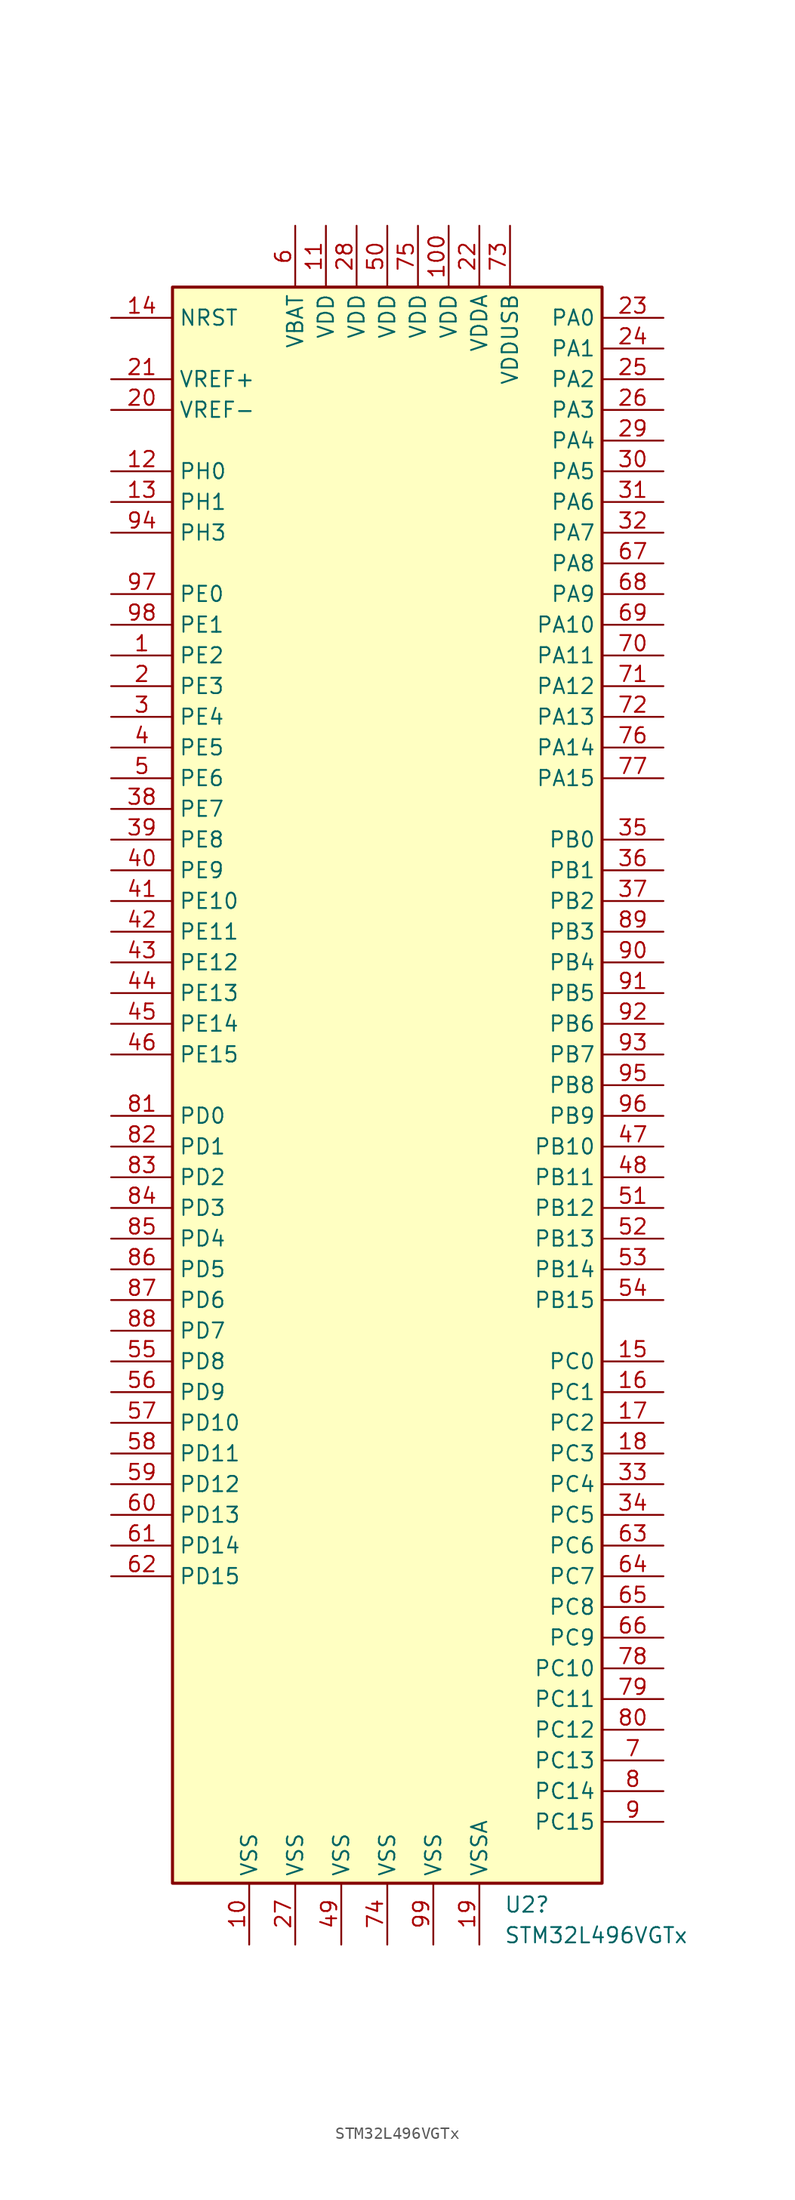
<source format=kicad_sym>
(kicad_symbol_lib
  (version 20241209)
  (generator "kicad_symbol_editor")
  (generator_version "9.0")
  (symbol "STM32L496VGTx"
    (property "Reference" "U2"
      (at 9.652 -67.818 0)
      (effects (font (size 1.27 1.27)) (justify left)))
    (property "Value" "STM32L496VGTx"
      (at 9.652 -70.358 0)
      (effects (font (size 1.27 1.27)) (justify left)))
    (property "ki_locked" ""
      (at 0 0 0)
      (effects (font (size 1.27 1.27))))
    (symbol "STM32L496VGTx_0_1"
      (rectangle (start -17.78 66.04) (end 17.78 -66.04) (stroke (width 0.254) (type default)) (fill (type background))))
    (symbol "STM32L496VGTx_1_1"
      (pin input line (at -22.86 63.5 0) (length 5.08) (name "NRST" (effects (font (size 1.27 1.27)))) (number "14" (effects (font (size 1.27 1.27)))))
      (pin input line (at -22.86 58.42 0) (length 5.08) (name "VREF+" (effects (font (size 1.27 1.27)))) (number "21" (effects (font (size 1.27 1.27)))) (alternate "VREFBUF_OUT" bidirectional line))
      (pin input line (at -22.86 55.88 0) (length 5.08) (name "VREF-" (effects (font (size 1.27 1.27)))) (number "20" (effects (font (size 1.27 1.27)))))
      (pin bidirectional line (at -22.86 50.8 0) (length 5.08) (name "PH0" (effects (font (size 1.27 1.27)))) (number "12" (effects (font (size 1.27 1.27)))) (alternate "RCC_OSC_IN" bidirectional line))
      (pin bidirectional line (at -22.86 48.26 0) (length 5.08) (name "PH1" (effects (font (size 1.27 1.27)))) (number "13" (effects (font (size 1.27 1.27)))) (alternate "RCC_OSC_OUT" bidirectional line))
      (pin bidirectional line (at -22.86 45.72 0) (length 5.08) (name "PH3" (effects (font (size 1.27 1.27)))) (number "94" (effects (font (size 1.27 1.27)))))
      (pin bidirectional line (at -22.86 40.64 0) (length 5.08) (name "PE0" (effects (font (size 1.27 1.27)))) (number "97" (effects (font (size 1.27 1.27)))) (alternate "DCMI_D2" bidirectional line) (alternate "FMC_NBL0" bidirectional line) (alternate "LCD_SEG36" bidirectional line) (alternate "TIM16_CH1" bidirectional line) (alternate "TIM4_ETR" bidirectional line))
      (pin bidirectional line (at -22.86 38.1 0) (length 5.08) (name "PE1" (effects (font (size 1.27 1.27)))) (number "98" (effects (font (size 1.27 1.27)))) (alternate "DCMI_D3" bidirectional line) (alternate "FMC_NBL1" bidirectional line) (alternate "LCD_SEG37" bidirectional line) (alternate "TIM17_CH1" bidirectional line))
      (pin bidirectional line (at -22.86 35.56 0) (length 5.08) (name "PE2" (effects (font (size 1.27 1.27)))) (number "1" (effects (font (size 1.27 1.27)))) (alternate "FMC_A23" bidirectional line) (alternate "LCD_SEG38" bidirectional line) (alternate "SAI1_MCLK_A" bidirectional line) (alternate "SYS_TRACECLK" bidirectional line) (alternate "TIM3_ETR" bidirectional line) (alternate "TSC_G7_IO1" bidirectional line))
      (pin bidirectional line (at -22.86 33.02 0) (length 5.08) (name "PE3" (effects (font (size 1.27 1.27)))) (number "2" (effects (font (size 1.27 1.27)))) (alternate "FMC_A19" bidirectional line) (alternate "LCD_SEG39" bidirectional line) (alternate "SAI1_SD_B" bidirectional line) (alternate "SYS_TRACED0" bidirectional line) (alternate "TIM3_CH1" bidirectional line) (alternate "TSC_G7_IO2" bidirectional line))
      (pin bidirectional line (at -22.86 30.48 0) (length 5.08) (name "PE4" (effects (font (size 1.27 1.27)))) (number "3" (effects (font (size 1.27 1.27)))) (alternate "DCMI_D4" bidirectional line) (alternate "DFSDM1_DATIN3" bidirectional line) (alternate "FMC_A20" bidirectional line) (alternate "SAI1_FS_A" bidirectional line) (alternate "SYS_TRACED1" bidirectional line) (alternate "TIM3_CH2" bidirectional line) (alternate "TSC_G7_IO3" bidirectional line))
      (pin bidirectional line (at -22.86 27.94 0) (length 5.08) (name "PE5" (effects (font (size 1.27 1.27)))) (number "4" (effects (font (size 1.27 1.27)))) (alternate "DCMI_D6" bidirectional line) (alternate "DFSDM1_CKIN3" bidirectional line) (alternate "FMC_A21" bidirectional line) (alternate "SAI1_SCK_A" bidirectional line) (alternate "SYS_TRACED2" bidirectional line) (alternate "TIM3_CH3" bidirectional line) (alternate "TSC_G7_IO4" bidirectional line))
      (pin bidirectional line (at -22.86 25.4 0) (length 5.08) (name "PE6" (effects (font (size 1.27 1.27)))) (number "5" (effects (font (size 1.27 1.27)))) (alternate "DCMI_D7" bidirectional line) (alternate "FMC_A22" bidirectional line) (alternate "RTC_TAMP3" bidirectional line) (alternate "SAI1_SD_A" bidirectional line) (alternate "SYS_TRACED3" bidirectional line) (alternate "SYS_WKUP3" bidirectional line) (alternate "TIM3_CH4" bidirectional line))
      (pin bidirectional line (at -22.86 22.86 0) (length 5.08) (name "PE7" (effects (font (size 1.27 1.27)))) (number "38" (effects (font (size 1.27 1.27)))) (alternate "DFSDM1_DATIN2" bidirectional line) (alternate "FMC_D4" bidirectional line) (alternate "FMC_DA4" bidirectional line) (alternate "SAI1_SD_B" bidirectional line) (alternate "TIM1_ETR" bidirectional line))
      (pin bidirectional line (at -22.86 20.32 0) (length 5.08) (name "PE8" (effects (font (size 1.27 1.27)))) (number "39" (effects (font (size 1.27 1.27)))) (alternate "DFSDM1_CKIN2" bidirectional line) (alternate "FMC_D5" bidirectional line) (alternate "FMC_DA5" bidirectional line) (alternate "SAI1_SCK_B" bidirectional line) (alternate "TIM1_CH1N" bidirectional line))
      (pin bidirectional line (at -22.86 17.78 0) (length 5.08) (name "PE9" (effects (font (size 1.27 1.27)))) (number "40" (effects (font (size 1.27 1.27)))) (alternate "DAC1_EXTI9" bidirectional line) (alternate "DFSDM1_CKOUT" bidirectional line) (alternate "FMC_D6" bidirectional line) (alternate "FMC_DA6" bidirectional line) (alternate "SAI1_FS_B" bidirectional line) (alternate "TIM1_CH1" bidirectional line))
      (pin bidirectional line (at -22.86 15.24 0) (length 5.08) (name "PE10" (effects (font (size 1.27 1.27)))) (number "41" (effects (font (size 1.27 1.27)))) (alternate "DFSDM1_DATIN4" bidirectional line) (alternate "FMC_D7" bidirectional line) (alternate "FMC_DA7" bidirectional line) (alternate "QUADSPI_CLK" bidirectional line) (alternate "SAI1_MCLK_B" bidirectional line) (alternate "TIM1_CH2N" bidirectional line) (alternate "TSC_G5_IO1" bidirectional line))
      (pin bidirectional line (at -22.86 12.7 0) (length 5.08) (name "PE11" (effects (font (size 1.27 1.27)))) (number "42" (effects (font (size 1.27 1.27)))) (alternate "ADC1_EXTI11" bidirectional line) (alternate "ADC2_EXTI11" bidirectional line) (alternate "ADC3_EXTI11" bidirectional line) (alternate "DFSDM1_CKIN4" bidirectional line) (alternate "FMC_D8" bidirectional line) (alternate "FMC_DA8" bidirectional line) (alternate "QUADSPI_BK1_NCS" bidirectional line) (alternate "TIM1_CH2" bidirectional line) (alternate "TSC_G5_IO2" bidirectional line))
      (pin bidirectional line (at -22.86 10.16 0) (length 5.08) (name "PE12" (effects (font (size 1.27 1.27)))) (number "43" (effects (font (size 1.27 1.27)))) (alternate "DFSDM1_DATIN5" bidirectional line) (alternate "FMC_D9" bidirectional line) (alternate "FMC_DA9" bidirectional line) (alternate "QUADSPI_BK1_IO0" bidirectional line) (alternate "SPI1_NSS" bidirectional line) (alternate "TIM1_CH3N" bidirectional line) (alternate "TSC_G5_IO3" bidirectional line))
      (pin bidirectional line (at -22.86 7.62 0) (length 5.08) (name "PE13" (effects (font (size 1.27 1.27)))) (number "44" (effects (font (size 1.27 1.27)))) (alternate "DFSDM1_CKIN5" bidirectional line) (alternate "FMC_D10" bidirectional line) (alternate "FMC_DA10" bidirectional line) (alternate "QUADSPI_BK1_IO1" bidirectional line) (alternate "SPI1_SCK" bidirectional line) (alternate "TIM1_CH3" bidirectional line) (alternate "TSC_G5_IO4" bidirectional line))
      (pin bidirectional line (at -22.86 5.08 0) (length 5.08) (name "PE14" (effects (font (size 1.27 1.27)))) (number "45" (effects (font (size 1.27 1.27)))) (alternate "FMC_D11" bidirectional line) (alternate "FMC_DA11" bidirectional line) (alternate "QUADSPI_BK1_IO2" bidirectional line) (alternate "SPI1_MISO" bidirectional line) (alternate "TIM1_BKIN2" bidirectional line) (alternate "TIM1_BKIN2_COMP2" bidirectional line) (alternate "TIM1_CH4" bidirectional line))
      (pin bidirectional line (at -22.86 2.54 0) (length 5.08) (name "PE15" (effects (font (size 1.27 1.27)))) (number "46" (effects (font (size 1.27 1.27)))) (alternate "ADC1_EXTI15" bidirectional line) (alternate "ADC2_EXTI15" bidirectional line) (alternate "ADC3_EXTI15" bidirectional line) (alternate "FMC_D12" bidirectional line) (alternate "FMC_DA12" bidirectional line) (alternate "QUADSPI_BK1_IO3" bidirectional line) (alternate "SPI1_MOSI" bidirectional line) (alternate "TIM1_BKIN" bidirectional line) (alternate "TIM1_BKIN_COMP1" bidirectional line))
      (pin bidirectional line (at -22.86 -2.54 0) (length 5.08) (name "PD0" (effects (font (size 1.27 1.27)))) (number "81" (effects (font (size 1.27 1.27)))) (alternate "CAN1_RX" bidirectional line) (alternate "DFSDM1_DATIN7" bidirectional line) (alternate "FMC_D2" bidirectional line) (alternate "FMC_DA2" bidirectional line) (alternate "SPI2_NSS" bidirectional line))
      (pin bidirectional line (at -22.86 -5.08 0) (length 5.08) (name "PD1" (effects (font (size 1.27 1.27)))) (number "82" (effects (font (size 1.27 1.27)))) (alternate "CAN1_TX" bidirectional line) (alternate "DFSDM1_CKIN7" bidirectional line) (alternate "FMC_D3" bidirectional line) (alternate "FMC_DA3" bidirectional line) (alternate "SPI2_SCK" bidirectional line))
      (pin bidirectional line (at -22.86 -7.62 0) (length 5.08) (name "PD2" (effects (font (size 1.27 1.27)))) (number "83" (effects (font (size 1.27 1.27)))) (alternate "DCMI_D11" bidirectional line) (alternate "LCD_COM7" bidirectional line) (alternate "LCD_SEG31" bidirectional line) (alternate "LCD_SEG43" bidirectional line) (alternate "SDMMC1_CMD" bidirectional line) (alternate "SYS_TRACED2" bidirectional line) (alternate "TIM3_ETR" bidirectional line) (alternate "TSC_SYNC" bidirectional line) (alternate "UART5_RX" bidirectional line) (alternate "USART3_DE" bidirectional line) (alternate "USART3_RTS" bidirectional line))
      (pin bidirectional line (at -22.86 -10.16 0) (length 5.08) (name "PD3" (effects (font (size 1.27 1.27)))) (number "84" (effects (font (size 1.27 1.27)))) (alternate "DCMI_D5" bidirectional line) (alternate "DFSDM1_DATIN0" bidirectional line) (alternate "FMC_CLK" bidirectional line) (alternate "QUADSPI_BK2_NCS" bidirectional line) (alternate "SPI2_MISO" bidirectional line) (alternate "SPI2_SCK" bidirectional line) (alternate "USART2_CTS" bidirectional line))
      (pin bidirectional line (at -22.86 -12.7 0) (length 5.08) (name "PD4" (effects (font (size 1.27 1.27)))) (number "85" (effects (font (size 1.27 1.27)))) (alternate "DFSDM1_CKIN0" bidirectional line) (alternate "FMC_NOE" bidirectional line) (alternate "QUADSPI_BK2_IO0" bidirectional line) (alternate "SPI2_MOSI" bidirectional line) (alternate "USART2_DE" bidirectional line) (alternate "USART2_RTS" bidirectional line))
      (pin bidirectional line (at -22.86 -15.24 0) (length 5.08) (name "PD5" (effects (font (size 1.27 1.27)))) (number "86" (effects (font (size 1.27 1.27)))) (alternate "FMC_NWE" bidirectional line) (alternate "QUADSPI_BK2_IO1" bidirectional line) (alternate "USART2_TX" bidirectional line))
      (pin bidirectional line (at -22.86 -17.78 0) (length 5.08) (name "PD6" (effects (font (size 1.27 1.27)))) (number "87" (effects (font (size 1.27 1.27)))) (alternate "DCMI_D10" bidirectional line) (alternate "DFSDM1_DATIN1" bidirectional line) (alternate "FMC_NWAIT" bidirectional line) (alternate "QUADSPI_BK2_IO1" bidirectional line) (alternate "QUADSPI_BK2_IO2" bidirectional line) (alternate "SAI1_SD_A" bidirectional line) (alternate "USART2_RX" bidirectional line))
      (pin bidirectional line (at -22.86 -20.32 0) (length 5.08) (name "PD7" (effects (font (size 1.27 1.27)))) (number "88" (effects (font (size 1.27 1.27)))) (alternate "DFSDM1_CKIN1" bidirectional line) (alternate "FMC_NE1" bidirectional line) (alternate "QUADSPI_BK2_IO3" bidirectional line) (alternate "USART2_CK" bidirectional line))
      (pin bidirectional line (at -22.86 -22.86 0) (length 5.08) (name "PD8" (effects (font (size 1.27 1.27)))) (number "55" (effects (font (size 1.27 1.27)))) (alternate "DCMI_HSYNC" bidirectional line) (alternate "FMC_D13" bidirectional line) (alternate "FMC_DA13" bidirectional line) (alternate "LCD_SEG28" bidirectional line) (alternate "USART3_TX" bidirectional line))
      (pin bidirectional line (at -22.86 -25.4 0) (length 5.08) (name "PD9" (effects (font (size 1.27 1.27)))) (number "56" (effects (font (size 1.27 1.27)))) (alternate "DAC1_EXTI9" bidirectional line) (alternate "DCMI_PIXCLK" bidirectional line) (alternate "FMC_D14" bidirectional line) (alternate "FMC_DA14" bidirectional line) (alternate "LCD_SEG29" bidirectional line) (alternate "SAI2_MCLK_A" bidirectional line) (alternate "USART3_RX" bidirectional line))
      (pin bidirectional line (at -22.86 -27.94 0) (length 5.08) (name "PD10" (effects (font (size 1.27 1.27)))) (number "57" (effects (font (size 1.27 1.27)))) (alternate "FMC_D15" bidirectional line) (alternate "FMC_DA15" bidirectional line) (alternate "LCD_SEG30" bidirectional line) (alternate "SAI2_SCK_A" bidirectional line) (alternate "TSC_G6_IO1" bidirectional line) (alternate "USART3_CK" bidirectional line))
      (pin bidirectional line (at -22.86 -30.48 0) (length 5.08) (name "PD11" (effects (font (size 1.27 1.27)))) (number "58" (effects (font (size 1.27 1.27)))) (alternate "ADC1_EXTI11" bidirectional line) (alternate "ADC2_EXTI11" bidirectional line) (alternate "ADC3_EXTI11" bidirectional line) (alternate "FMC_A16" bidirectional line) (alternate "FMC_CLE" bidirectional line) (alternate "I2C4_SMBA" bidirectional line) (alternate "LCD_SEG31" bidirectional line) (alternate "LPTIM2_ETR" bidirectional line) (alternate "SAI2_SD_A" bidirectional line) (alternate "TSC_G6_IO2" bidirectional line) (alternate "USART3_CTS" bidirectional line))
      (pin bidirectional line (at -22.86 -33.02 0) (length 5.08) (name "PD12" (effects (font (size 1.27 1.27)))) (number "59" (effects (font (size 1.27 1.27)))) (alternate "FMC_A17" bidirectional line) (alternate "FMC_ALE" bidirectional line) (alternate "I2C4_SCL" bidirectional line) (alternate "LCD_SEG32" bidirectional line) (alternate "LPTIM2_IN1" bidirectional line) (alternate "SAI2_FS_A" bidirectional line) (alternate "TIM4_CH1" bidirectional line) (alternate "TSC_G6_IO3" bidirectional line) (alternate "USART3_DE" bidirectional line) (alternate "USART3_RTS" bidirectional line))
      (pin bidirectional line (at -22.86 -35.56 0) (length 5.08) (name "PD13" (effects (font (size 1.27 1.27)))) (number "60" (effects (font (size 1.27 1.27)))) (alternate "FMC_A18" bidirectional line) (alternate "I2C4_SDA" bidirectional line) (alternate "LCD_SEG33" bidirectional line) (alternate "LPTIM2_OUT" bidirectional line) (alternate "TIM4_CH2" bidirectional line) (alternate "TSC_G6_IO4" bidirectional line))
      (pin bidirectional line (at -22.86 -38.1 0) (length 5.08) (name "PD14" (effects (font (size 1.27 1.27)))) (number "61" (effects (font (size 1.27 1.27)))) (alternate "FMC_D0" bidirectional line) (alternate "FMC_DA0" bidirectional line) (alternate "LCD_SEG34" bidirectional line) (alternate "TIM4_CH3" bidirectional line))
      (pin bidirectional line (at -22.86 -40.64 0) (length 5.08) (name "PD15" (effects (font (size 1.27 1.27)))) (number "62" (effects (font (size 1.27 1.27)))) (alternate "ADC1_EXTI15" bidirectional line) (alternate "ADC2_EXTI15" bidirectional line) (alternate "ADC3_EXTI15" bidirectional line) (alternate "FMC_D1" bidirectional line) (alternate "FMC_DA1" bidirectional line) (alternate "LCD_SEG35" bidirectional line) (alternate "TIM4_CH4" bidirectional line))
      (pin power_in line (at -11.43 -71.12 90) (length 5.08) (name "VSS" (effects (font (size 1.27 1.27)))) (number "10" (effects (font (size 1.27 1.27)))))
      (pin power_in line (at -7.62 71.12 270) (length 5.08) (name "VBAT" (effects (font (size 1.27 1.27)))) (number "6" (effects (font (size 1.27 1.27)))))
      (pin power_in line (at -7.62 -71.12 90) (length 5.08) (name "VSS" (effects (font (size 1.27 1.27)))) (number "27" (effects (font (size 1.27 1.27)))))
      (pin power_in line (at -5.08 71.12 270) (length 5.08) (name "VDD" (effects (font (size 1.27 1.27)))) (number "11" (effects (font (size 1.27 1.27)))))
      (pin power_in line (at -3.81 -71.12 90) (length 5.08) (name "VSS" (effects (font (size 1.27 1.27)))) (number "49" (effects (font (size 1.27 1.27)))))
      (pin power_in line (at -2.54 71.12 270) (length 5.08) (name "VDD" (effects (font (size 1.27 1.27)))) (number "28" (effects (font (size 1.27 1.27)))))
      (pin power_in line (at 0 71.12 270) (length 5.08) (name "VDD" (effects (font (size 1.27 1.27)))) (number "50" (effects (font (size 1.27 1.27)))))
      (pin power_in line (at 0 -71.12 90) (length 5.08) (name "VSS" (effects (font (size 1.27 1.27)))) (number "74" (effects (font (size 1.27 1.27)))))
      (pin power_in line (at 2.54 71.12 270) (length 5.08) (name "VDD" (effects (font (size 1.27 1.27)))) (number "75" (effects (font (size 1.27 1.27)))))
      (pin power_in line (at 3.81 -71.12 90) (length 5.08) (name "VSS" (effects (font (size 1.27 1.27)))) (number "99" (effects (font (size 1.27 1.27)))))
      (pin power_in line (at 5.08 71.12 270) (length 5.08) (name "VDD" (effects (font (size 1.27 1.27)))) (number "100" (effects (font (size 1.27 1.27)))))
      (pin power_in line (at 7.62 71.12 270) (length 5.08) (name "VDDA" (effects (font (size 1.27 1.27)))) (number "22" (effects (font (size 1.27 1.27)))))
      (pin power_in line (at 7.62 -71.12 90) (length 5.08) (name "VSSA" (effects (font (size 1.27 1.27)))) (number "19" (effects (font (size 1.27 1.27)))))
      (pin power_in line (at 10.16 71.12 270) (length 5.08) (name "VDDUSB" (effects (font (size 1.27 1.27)))) (number "73" (effects (font (size 1.27 1.27)))))
      (pin bidirectional line (at 22.86 63.5 180) (length 5.08) (name "PA0" (effects (font (size 1.27 1.27)))) (number "23" (effects (font (size 1.27 1.27)))) (alternate "ADC1_IN5" bidirectional line) (alternate "ADC2_IN5" bidirectional line) (alternate "OPAMP1_VINP" bidirectional line) (alternate "RTC_TAMP2" bidirectional line) (alternate "SAI1_EXTCLK" bidirectional line) (alternate "SYS_WKUP1" bidirectional line) (alternate "TIM2_CH1" bidirectional line) (alternate "TIM2_ETR" bidirectional line) (alternate "TIM5_CH1" bidirectional line) (alternate "TIM8_ETR" bidirectional line) (alternate "UART4_TX" bidirectional line) (alternate "USART2_CTS" bidirectional line))
      (pin bidirectional line (at 22.86 60.96 180) (length 5.08) (name "PA1" (effects (font (size 1.27 1.27)))) (number "24" (effects (font (size 1.27 1.27)))) (alternate "ADC1_IN6" bidirectional line) (alternate "ADC2_IN6" bidirectional line) (alternate "I2C1_SMBA" bidirectional line) (alternate "LCD_SEG0" bidirectional line) (alternate "OPAMP1_VINM" bidirectional line) (alternate "SPI1_SCK" bidirectional line) (alternate "TIM15_CH1N" bidirectional line) (alternate "TIM2_CH2" bidirectional line) (alternate "TIM5_CH2" bidirectional line) (alternate "UART4_RX" bidirectional line) (alternate "USART2_DE" bidirectional line) (alternate "USART2_RTS" bidirectional line))
      (pin bidirectional line (at 22.86 58.42 180) (length 5.08) (name "PA2" (effects (font (size 1.27 1.27)))) (number "25" (effects (font (size 1.27 1.27)))) (alternate "ADC1_IN7" bidirectional line) (alternate "ADC2_IN7" bidirectional line) (alternate "LCD_SEG1" bidirectional line) (alternate "LPUART1_TX" bidirectional line) (alternate "QUADSPI_BK1_NCS" bidirectional line) (alternate "RCC_LSCO" bidirectional line) (alternate "SAI2_EXTCLK" bidirectional line) (alternate "SYS_WKUP4" bidirectional line) (alternate "TIM15_CH1" bidirectional line) (alternate "TIM2_CH3" bidirectional line) (alternate "TIM5_CH3" bidirectional line) (alternate "USART2_TX" bidirectional line))
      (pin bidirectional line (at 22.86 55.88 180) (length 5.08) (name "PA3" (effects (font (size 1.27 1.27)))) (number "26" (effects (font (size 1.27 1.27)))) (alternate "ADC1_IN8" bidirectional line) (alternate "ADC2_IN8" bidirectional line) (alternate "LCD_SEG2" bidirectional line) (alternate "LPUART1_RX" bidirectional line) (alternate "OPAMP1_VOUT" bidirectional line) (alternate "QUADSPI_CLK" bidirectional line) (alternate "SAI1_MCLK_A" bidirectional line) (alternate "TIM15_CH2" bidirectional line) (alternate "TIM2_CH4" bidirectional line) (alternate "TIM5_CH4" bidirectional line) (alternate "USART2_RX" bidirectional line))
      (pin bidirectional line (at 22.86 53.34 180) (length 5.08) (name "PA4" (effects (font (size 1.27 1.27)))) (number "29" (effects (font (size 1.27 1.27)))) (alternate "ADC1_IN9" bidirectional line) (alternate "ADC2_IN9" bidirectional line) (alternate "DAC1_OUT1" bidirectional line) (alternate "DCMI_HSYNC" bidirectional line) (alternate "LPTIM2_OUT" bidirectional line) (alternate "SAI1_FS_B" bidirectional line) (alternate "SPI1_NSS" bidirectional line) (alternate "SPI3_NSS" bidirectional line) (alternate "USART2_CK" bidirectional line))
      (pin bidirectional line (at 22.86 50.8 180) (length 5.08) (name "PA5" (effects (font (size 1.27 1.27)))) (number "30" (effects (font (size 1.27 1.27)))) (alternate "ADC1_IN10" bidirectional line) (alternate "ADC2_IN10" bidirectional line) (alternate "DAC1_OUT2" bidirectional line) (alternate "LPTIM2_ETR" bidirectional line) (alternate "SPI1_SCK" bidirectional line) (alternate "TIM2_CH1" bidirectional line) (alternate "TIM2_ETR" bidirectional line) (alternate "TIM8_CH1N" bidirectional line))
      (pin bidirectional line (at 22.86 48.26 180) (length 5.08) (name "PA6" (effects (font (size 1.27 1.27)))) (number "31" (effects (font (size 1.27 1.27)))) (alternate "ADC1_IN11" bidirectional line) (alternate "ADC2_IN11" bidirectional line) (alternate "DCMI_PIXCLK" bidirectional line) (alternate "LCD_SEG3" bidirectional line) (alternate "LPUART1_CTS" bidirectional line) (alternate "OPAMP2_VINP" bidirectional line) (alternate "QUADSPI_BK1_IO3" bidirectional line) (alternate "SPI1_MISO" bidirectional line) (alternate "TIM16_CH1" bidirectional line) (alternate "TIM1_BKIN" bidirectional line) (alternate "TIM1_BKIN_COMP2" bidirectional line) (alternate "TIM3_CH1" bidirectional line) (alternate "TIM8_BKIN" bidirectional line) (alternate "TIM8_BKIN_COMP2" bidirectional line) (alternate "USART3_CTS" bidirectional line))
      (pin bidirectional line (at 22.86 45.72 180) (length 5.08) (name "PA7" (effects (font (size 1.27 1.27)))) (number "32" (effects (font (size 1.27 1.27)))) (alternate "ADC1_IN12" bidirectional line) (alternate "ADC2_IN12" bidirectional line) (alternate "I2C3_SCL" bidirectional line) (alternate "LCD_SEG4" bidirectional line) (alternate "OPAMP2_VINM" bidirectional line) (alternate "QUADSPI_BK1_IO2" bidirectional line) (alternate "SPI1_MOSI" bidirectional line) (alternate "TIM17_CH1" bidirectional line) (alternate "TIM1_CH1N" bidirectional line) (alternate "TIM3_CH2" bidirectional line) (alternate "TIM8_CH1N" bidirectional line))
      (pin bidirectional line (at 22.86 43.18 180) (length 5.08) (name "PA8" (effects (font (size 1.27 1.27)))) (number "67" (effects (font (size 1.27 1.27)))) (alternate "LCD_COM0" bidirectional line) (alternate "LPTIM2_OUT" bidirectional line) (alternate "RCC_MCO" bidirectional line) (alternate "SAI1_SCK_A" bidirectional line) (alternate "SWPMI1_IO" bidirectional line) (alternate "TIM1_CH1" bidirectional line) (alternate "USART1_CK" bidirectional line) (alternate "USB_OTG_FS_SOF" bidirectional line))
      (pin bidirectional line (at 22.86 40.64 180) (length 5.08) (name "PA9" (effects (font (size 1.27 1.27)))) (number "68" (effects (font (size 1.27 1.27)))) (alternate "DAC1_EXTI9" bidirectional line) (alternate "DCMI_D0" bidirectional line) (alternate "LCD_COM1" bidirectional line) (alternate "SAI1_FS_A" bidirectional line) (alternate "SPI2_SCK" bidirectional line) (alternate "TIM15_BKIN" bidirectional line) (alternate "TIM1_CH2" bidirectional line) (alternate "USART1_TX" bidirectional line) (alternate "USB_OTG_FS_VBUS" bidirectional line))
      (pin bidirectional line (at 22.86 38.1 180) (length 5.08) (name "PA10" (effects (font (size 1.27 1.27)))) (number "69" (effects (font (size 1.27 1.27)))) (alternate "DCMI_D1" bidirectional line) (alternate "LCD_COM2" bidirectional line) (alternate "SAI1_SD_A" bidirectional line) (alternate "TIM17_BKIN" bidirectional line) (alternate "TIM1_CH3" bidirectional line) (alternate "USART1_RX" bidirectional line) (alternate "USB_OTG_FS_ID" bidirectional line))
      (pin bidirectional line (at 22.86 35.56 180) (length 5.08) (name "PA11" (effects (font (size 1.27 1.27)))) (number "70" (effects (font (size 1.27 1.27)))) (alternate "ADC1_EXTI11" bidirectional line) (alternate "ADC2_EXTI11" bidirectional line) (alternate "ADC3_EXTI11" bidirectional line) (alternate "CAN1_RX" bidirectional line) (alternate "SPI1_MISO" bidirectional line) (alternate "TIM1_BKIN2" bidirectional line) (alternate "TIM1_BKIN2_COMP1" bidirectional line) (alternate "TIM1_CH4" bidirectional line) (alternate "USART1_CTS" bidirectional line) (alternate "USB_OTG_FS_DM" bidirectional line))
      (pin bidirectional line (at 22.86 33.02 180) (length 5.08) (name "PA12" (effects (font (size 1.27 1.27)))) (number "71" (effects (font (size 1.27 1.27)))) (alternate "CAN1_TX" bidirectional line) (alternate "SPI1_MOSI" bidirectional line) (alternate "TIM1_ETR" bidirectional line) (alternate "USART1_DE" bidirectional line) (alternate "USART1_RTS" bidirectional line) (alternate "USB_OTG_FS_DP" bidirectional line))
      (pin bidirectional line (at 22.86 30.48 180) (length 5.08) (name "PA13" (effects (font (size 1.27 1.27)))) (number "72" (effects (font (size 1.27 1.27)))) (alternate "IR_OUT" bidirectional line) (alternate "SAI1_SD_B" bidirectional line) (alternate "SWPMI1_TX" bidirectional line) (alternate "SYS_JTMS-SWDIO" bidirectional line) (alternate "USB_OTG_FS_NOE" bidirectional line))
      (pin bidirectional line (at 22.86 27.94 180) (length 5.08) (name "PA14" (effects (font (size 1.27 1.27)))) (number "76" (effects (font (size 1.27 1.27)))) (alternate "I2C1_SMBA" bidirectional line) (alternate "I2C4_SMBA" bidirectional line) (alternate "LPTIM1_OUT" bidirectional line) (alternate "SAI1_FS_B" bidirectional line) (alternate "SWPMI1_RX" bidirectional line) (alternate "SYS_JTCK-SWCLK" bidirectional line) (alternate "USB_OTG_FS_SOF" bidirectional line))
      (pin bidirectional line (at 22.86 25.4 180) (length 5.08) (name "PA15" (effects (font (size 1.27 1.27)))) (number "77" (effects (font (size 1.27 1.27)))) (alternate "ADC1_EXTI15" bidirectional line) (alternate "ADC2_EXTI15" bidirectional line) (alternate "ADC3_EXTI15" bidirectional line) (alternate "LCD_SEG17" bidirectional line) (alternate "SAI2_FS_B" bidirectional line) (alternate "SPI1_NSS" bidirectional line) (alternate "SPI3_NSS" bidirectional line) (alternate "SWPMI1_SUSPEND" bidirectional line) (alternate "SYS_JTDI" bidirectional line) (alternate "TIM2_CH1" bidirectional line) (alternate "TIM2_ETR" bidirectional line) (alternate "TSC_G3_IO1" bidirectional line) (alternate "UART4_DE" bidirectional line) (alternate "UART4_RTS" bidirectional line) (alternate "USART2_RX" bidirectional line) (alternate "USART3_DE" bidirectional line) (alternate "USART3_RTS" bidirectional line))
      (pin bidirectional line (at 22.86 20.32 180) (length 5.08) (name "PB0" (effects (font (size 1.27 1.27)))) (number "35" (effects (font (size 1.27 1.27)))) (alternate "ADC1_IN15" bidirectional line) (alternate "ADC2_IN15" bidirectional line) (alternate "COMP1_OUT" bidirectional line) (alternate "LCD_SEG5" bidirectional line) (alternate "OPAMP2_VOUT" bidirectional line) (alternate "QUADSPI_BK1_IO1" bidirectional line) (alternate "SAI1_EXTCLK" bidirectional line) (alternate "SPI1_NSS" bidirectional line) (alternate "TIM1_CH2N" bidirectional line) (alternate "TIM3_CH3" bidirectional line) (alternate "TIM8_CH2N" bidirectional line) (alternate "USART3_CK" bidirectional line))
      (pin bidirectional line (at 22.86 17.78 180) (length 5.08) (name "PB1" (effects (font (size 1.27 1.27)))) (number "36" (effects (font (size 1.27 1.27)))) (alternate "ADC1_IN16" bidirectional line) (alternate "ADC2_IN16" bidirectional line) (alternate "COMP1_INM" bidirectional line) (alternate "DFSDM1_DATIN0" bidirectional line) (alternate "LCD_SEG6" bidirectional line) (alternate "LPTIM2_IN1" bidirectional line) (alternate "LPUART1_DE" bidirectional line) (alternate "LPUART1_RTS" bidirectional line) (alternate "QUADSPI_BK1_IO0" bidirectional line) (alternate "TIM1_CH3N" bidirectional line) (alternate "TIM3_CH4" bidirectional line) (alternate "TIM8_CH3N" bidirectional line) (alternate "USART3_DE" bidirectional line) (alternate "USART3_RTS" bidirectional line))
      (pin bidirectional line (at 22.86 15.24 180) (length 5.08) (name "PB2" (effects (font (size 1.27 1.27)))) (number "37" (effects (font (size 1.27 1.27)))) (alternate "COMP1_INP" bidirectional line) (alternate "DFSDM1_CKIN0" bidirectional line) (alternate "I2C3_SMBA" bidirectional line) (alternate "LCD_VLCD" bidirectional line) (alternate "LPTIM1_OUT" bidirectional line) (alternate "RTC_OUT_ALARM" bidirectional line) (alternate "RTC_OUT_CALIB" bidirectional line))
      (pin bidirectional line (at 22.86 12.7 180) (length 5.08) (name "PB3" (effects (font (size 1.27 1.27)))) (number "89" (effects (font (size 1.27 1.27)))) (alternate "COMP2_INM" bidirectional line) (alternate "CRS_SYNC" bidirectional line) (alternate "LCD_SEG7" bidirectional line) (alternate "SAI1_SCK_B" bidirectional line) (alternate "SPI1_SCK" bidirectional line) (alternate "SPI3_SCK" bidirectional line) (alternate "SYS_JTDO-SWO" bidirectional line) (alternate "TIM2_CH2" bidirectional line) (alternate "USART1_DE" bidirectional line) (alternate "USART1_RTS" bidirectional line))
      (pin bidirectional line (at 22.86 10.16 180) (length 5.08) (name "PB4" (effects (font (size 1.27 1.27)))) (number "90" (effects (font (size 1.27 1.27)))) (alternate "COMP2_INP" bidirectional line) (alternate "DCMI_D12" bidirectional line) (alternate "I2C3_SDA" bidirectional line) (alternate "LCD_SEG8" bidirectional line) (alternate "SAI1_MCLK_B" bidirectional line) (alternate "SPI1_MISO" bidirectional line) (alternate "SPI3_MISO" bidirectional line) (alternate "SYS_JTRST" bidirectional line) (alternate "TIM17_BKIN" bidirectional line) (alternate "TIM3_CH1" bidirectional line) (alternate "TSC_G2_IO1" bidirectional line) (alternate "UART5_DE" bidirectional line) (alternate "UART5_RTS" bidirectional line) (alternate "USART1_CTS" bidirectional line))
      (pin bidirectional line (at 22.86 7.62 180) (length 5.08) (name "PB5" (effects (font (size 1.27 1.27)))) (number "91" (effects (font (size 1.27 1.27)))) (alternate "CAN2_RX" bidirectional line) (alternate "COMP2_OUT" bidirectional line) (alternate "DCMI_D10" bidirectional line) (alternate "I2C1_SMBA" bidirectional line) (alternate "LCD_SEG9" bidirectional line) (alternate "LPTIM1_IN1" bidirectional line) (alternate "SAI1_SD_B" bidirectional line) (alternate "SPI1_MOSI" bidirectional line) (alternate "SPI3_MOSI" bidirectional line) (alternate "TIM16_BKIN" bidirectional line) (alternate "TIM3_CH2" bidirectional line) (alternate "TSC_G2_IO2" bidirectional line) (alternate "UART5_CTS" bidirectional line) (alternate "USART1_CK" bidirectional line))
      (pin bidirectional line (at 22.86 5.08 180) (length 5.08) (name "PB6" (effects (font (size 1.27 1.27)))) (number "92" (effects (font (size 1.27 1.27)))) (alternate "CAN2_TX" bidirectional line) (alternate "COMP2_INP" bidirectional line) (alternate "DCMI_D5" bidirectional line) (alternate "DFSDM1_DATIN5" bidirectional line) (alternate "I2C1_SCL" bidirectional line) (alternate "I2C4_SCL" bidirectional line) (alternate "LPTIM1_ETR" bidirectional line) (alternate "SAI1_FS_B" bidirectional line) (alternate "TIM16_CH1N" bidirectional line) (alternate "TIM4_CH1" bidirectional line) (alternate "TIM8_BKIN2" bidirectional line) (alternate "TIM8_BKIN2_COMP2" bidirectional line) (alternate "TSC_G2_IO3" bidirectional line) (alternate "USART1_TX" bidirectional line))
      (pin bidirectional line (at 22.86 2.54 180) (length 5.08) (name "PB7" (effects (font (size 1.27 1.27)))) (number "93" (effects (font (size 1.27 1.27)))) (alternate "COMP2_INM" bidirectional line) (alternate "DCMI_VSYNC" bidirectional line) (alternate "DFSDM1_CKIN5" bidirectional line) (alternate "FMC_NL" bidirectional line) (alternate "I2C1_SDA" bidirectional line) (alternate "I2C4_SDA" bidirectional line) (alternate "LCD_SEG21" bidirectional line) (alternate "LPTIM1_IN2" bidirectional line) (alternate "SYS_PVD_IN" bidirectional line) (alternate "TIM17_CH1N" bidirectional line) (alternate "TIM4_CH2" bidirectional line) (alternate "TIM8_BKIN" bidirectional line) (alternate "TIM8_BKIN_COMP1" bidirectional line) (alternate "TSC_G2_IO4" bidirectional line) (alternate "UART4_CTS" bidirectional line) (alternate "USART1_RX" bidirectional line))
      (pin bidirectional line (at 22.86 0 180) (length 5.08) (name "PB8" (effects (font (size 1.27 1.27)))) (number "95" (effects (font (size 1.27 1.27)))) (alternate "CAN1_RX" bidirectional line) (alternate "DCMI_D6" bidirectional line) (alternate "DFSDM1_DATIN6" bidirectional line) (alternate "I2C1_SCL" bidirectional line) (alternate "LCD_SEG16" bidirectional line) (alternate "SAI1_MCLK_A" bidirectional line) (alternate "SDMMC1_D4" bidirectional line) (alternate "TIM16_CH1" bidirectional line) (alternate "TIM4_CH3" bidirectional line))
      (pin bidirectional line (at 22.86 -2.54 180) (length 5.08) (name "PB9" (effects (font (size 1.27 1.27)))) (number "96" (effects (font (size 1.27 1.27)))) (alternate "CAN1_TX" bidirectional line) (alternate "DAC1_EXTI9" bidirectional line) (alternate "DCMI_D7" bidirectional line) (alternate "DFSDM1_CKIN6" bidirectional line) (alternate "I2C1_SDA" bidirectional line) (alternate "IR_OUT" bidirectional line) (alternate "LCD_COM3" bidirectional line) (alternate "SAI1_FS_A" bidirectional line) (alternate "SDMMC1_D5" bidirectional line) (alternate "SPI2_NSS" bidirectional line) (alternate "TIM17_CH1" bidirectional line) (alternate "TIM4_CH4" bidirectional line))
      (pin bidirectional line (at 22.86 -5.08 180) (length 5.08) (name "PB10" (effects (font (size 1.27 1.27)))) (number "47" (effects (font (size 1.27 1.27)))) (alternate "COMP1_OUT" bidirectional line) (alternate "DFSDM1_DATIN7" bidirectional line) (alternate "I2C2_SCL" bidirectional line) (alternate "I2C4_SCL" bidirectional line) (alternate "LCD_SEG10" bidirectional line) (alternate "LPUART1_RX" bidirectional line) (alternate "QUADSPI_CLK" bidirectional line) (alternate "SAI1_SCK_A" bidirectional line) (alternate "SPI2_SCK" bidirectional line) (alternate "TIM2_CH3" bidirectional line) (alternate "TSC_SYNC" bidirectional line) (alternate "USART3_TX" bidirectional line))
      (pin bidirectional line (at 22.86 -7.62 180) (length 5.08) (name "PB11" (effects (font (size 1.27 1.27)))) (number "48" (effects (font (size 1.27 1.27)))) (alternate "ADC1_EXTI11" bidirectional line) (alternate "ADC2_EXTI11" bidirectional line) (alternate "ADC3_EXTI11" bidirectional line) (alternate "COMP2_OUT" bidirectional line) (alternate "DFSDM1_CKIN7" bidirectional line) (alternate "I2C2_SDA" bidirectional line) (alternate "I2C4_SDA" bidirectional line) (alternate "LCD_SEG11" bidirectional line) (alternate "LPUART1_TX" bidirectional line) (alternate "QUADSPI_BK1_NCS" bidirectional line) (alternate "TIM2_CH4" bidirectional line) (alternate "USART3_RX" bidirectional line))
      (pin bidirectional line (at 22.86 -10.16 180) (length 5.08) (name "PB12" (effects (font (size 1.27 1.27)))) (number "51" (effects (font (size 1.27 1.27)))) (alternate "CAN2_RX" bidirectional line) (alternate "DFSDM1_DATIN1" bidirectional line) (alternate "I2C2_SMBA" bidirectional line) (alternate "LCD_SEG12" bidirectional line) (alternate "LPUART1_DE" bidirectional line) (alternate "LPUART1_RTS" bidirectional line) (alternate "SAI2_FS_A" bidirectional line) (alternate "SPI2_NSS" bidirectional line) (alternate "SWPMI1_IO" bidirectional line) (alternate "TIM15_BKIN" bidirectional line) (alternate "TIM1_BKIN" bidirectional line) (alternate "TIM1_BKIN_COMP2" bidirectional line) (alternate "TSC_G1_IO1" bidirectional line) (alternate "USART3_CK" bidirectional line))
      (pin bidirectional line (at 22.86 -12.7 180) (length 5.08) (name "PB13" (effects (font (size 1.27 1.27)))) (number "52" (effects (font (size 1.27 1.27)))) (alternate "CAN2_TX" bidirectional line) (alternate "DFSDM1_CKIN1" bidirectional line) (alternate "I2C2_SCL" bidirectional line) (alternate "LCD_SEG13" bidirectional line) (alternate "LPUART1_CTS" bidirectional line) (alternate "SAI2_SCK_A" bidirectional line) (alternate "SPI2_SCK" bidirectional line) (alternate "SWPMI1_TX" bidirectional line) (alternate "TIM15_CH1N" bidirectional line) (alternate "TIM1_CH1N" bidirectional line) (alternate "TSC_G1_IO2" bidirectional line) (alternate "USART3_CTS" bidirectional line))
      (pin bidirectional line (at 22.86 -15.24 180) (length 5.08) (name "PB14" (effects (font (size 1.27 1.27)))) (number "53" (effects (font (size 1.27 1.27)))) (alternate "DFSDM1_DATIN2" bidirectional line) (alternate "I2C2_SDA" bidirectional line) (alternate "LCD_SEG14" bidirectional line) (alternate "SAI2_MCLK_A" bidirectional line) (alternate "SPI2_MISO" bidirectional line) (alternate "SWPMI1_RX" bidirectional line) (alternate "TIM15_CH1" bidirectional line) (alternate "TIM1_CH2N" bidirectional line) (alternate "TIM8_CH2N" bidirectional line) (alternate "TSC_G1_IO3" bidirectional line) (alternate "USART3_DE" bidirectional line) (alternate "USART3_RTS" bidirectional line))
      (pin bidirectional line (at 22.86 -17.78 180) (length 5.08) (name "PB15" (effects (font (size 1.27 1.27)))) (number "54" (effects (font (size 1.27 1.27)))) (alternate "ADC1_EXTI15" bidirectional line) (alternate "ADC2_EXTI15" bidirectional line) (alternate "ADC3_EXTI15" bidirectional line) (alternate "DFSDM1_CKIN2" bidirectional line) (alternate "LCD_SEG15" bidirectional line) (alternate "RTC_REFIN" bidirectional line) (alternate "SAI2_SD_A" bidirectional line) (alternate "SPI2_MOSI" bidirectional line) (alternate "SWPMI1_SUSPEND" bidirectional line) (alternate "TIM15_CH2" bidirectional line) (alternate "TIM1_CH3N" bidirectional line) (alternate "TIM8_CH3N" bidirectional line) (alternate "TSC_G1_IO4" bidirectional line))
      (pin bidirectional line (at 22.86 -22.86 180) (length 5.08) (name "PC0" (effects (font (size 1.27 1.27)))) (number "15" (effects (font (size 1.27 1.27)))) (alternate "ADC1_IN1" bidirectional line) (alternate "ADC2_IN1" bidirectional line) (alternate "ADC3_IN1" bidirectional line) (alternate "DFSDM1_DATIN4" bidirectional line) (alternate "I2C3_SCL" bidirectional line) (alternate "I2C4_SCL" bidirectional line) (alternate "LCD_SEG18" bidirectional line) (alternate "LPTIM1_IN1" bidirectional line) (alternate "LPTIM2_IN1" bidirectional line) (alternate "LPUART1_RX" bidirectional line))
      (pin bidirectional line (at 22.86 -25.4 180) (length 5.08) (name "PC1" (effects (font (size 1.27 1.27)))) (number "16" (effects (font (size 1.27 1.27)))) (alternate "ADC1_IN2" bidirectional line) (alternate "ADC2_IN2" bidirectional line) (alternate "ADC3_IN2" bidirectional line) (alternate "DFSDM1_CKIN4" bidirectional line) (alternate "I2C3_SDA" bidirectional line) (alternate "I2C4_SDA" bidirectional line) (alternate "LCD_SEG19" bidirectional line) (alternate "LPTIM1_OUT" bidirectional line) (alternate "LPUART1_TX" bidirectional line) (alternate "QUADSPI_BK2_IO0" bidirectional line) (alternate "SAI1_SD_A" bidirectional line) (alternate "SPI2_MOSI" bidirectional line) (alternate "SYS_TRACED0" bidirectional line))
      (pin bidirectional line (at 22.86 -27.94 180) (length 5.08) (name "PC2" (effects (font (size 1.27 1.27)))) (number "17" (effects (font (size 1.27 1.27)))) (alternate "ADC1_IN3" bidirectional line) (alternate "ADC2_IN3" bidirectional line) (alternate "ADC3_IN3" bidirectional line) (alternate "DFSDM1_CKOUT" bidirectional line) (alternate "LCD_SEG20" bidirectional line) (alternate "LPTIM1_IN2" bidirectional line) (alternate "QUADSPI_BK2_IO1" bidirectional line) (alternate "SPI2_MISO" bidirectional line))
      (pin bidirectional line (at 22.86 -30.48 180) (length 5.08) (name "PC3" (effects (font (size 1.27 1.27)))) (number "18" (effects (font (size 1.27 1.27)))) (alternate "ADC1_IN4" bidirectional line) (alternate "ADC2_IN4" bidirectional line) (alternate "ADC3_IN4" bidirectional line) (alternate "LCD_VLCD" bidirectional line) (alternate "LPTIM1_ETR" bidirectional line) (alternate "LPTIM2_ETR" bidirectional line) (alternate "QUADSPI_BK2_IO2" bidirectional line) (alternate "SAI1_SD_A" bidirectional line) (alternate "SPI2_MOSI" bidirectional line))
      (pin bidirectional line (at 22.86 -33.02 180) (length 5.08) (name "PC4" (effects (font (size 1.27 1.27)))) (number "33" (effects (font (size 1.27 1.27)))) (alternate "ADC1_IN13" bidirectional line) (alternate "ADC2_IN13" bidirectional line) (alternate "COMP1_INM" bidirectional line) (alternate "LCD_SEG22" bidirectional line) (alternate "QUADSPI_BK2_IO3" bidirectional line) (alternate "USART3_TX" bidirectional line))
      (pin bidirectional line (at 22.86 -35.56 180) (length 5.08) (name "PC5" (effects (font (size 1.27 1.27)))) (number "34" (effects (font (size 1.27 1.27)))) (alternate "ADC1_IN14" bidirectional line) (alternate "ADC2_IN14" bidirectional line) (alternate "COMP1_INP" bidirectional line) (alternate "LCD_SEG23" bidirectional line) (alternate "SYS_WKUP5" bidirectional line) (alternate "USART3_RX" bidirectional line))
      (pin bidirectional line (at 22.86 -38.1 180) (length 5.08) (name "PC6" (effects (font (size 1.27 1.27)))) (number "63" (effects (font (size 1.27 1.27)))) (alternate "DCMI_D0" bidirectional line) (alternate "DFSDM1_CKIN3" bidirectional line) (alternate "LCD_SEG24" bidirectional line) (alternate "SAI2_MCLK_A" bidirectional line) (alternate "SDMMC1_D6" bidirectional line) (alternate "TIM3_CH1" bidirectional line) (alternate "TIM8_CH1" bidirectional line) (alternate "TSC_G4_IO1" bidirectional line))
      (pin bidirectional line (at 22.86 -40.64 180) (length 5.08) (name "PC7" (effects (font (size 1.27 1.27)))) (number "64" (effects (font (size 1.27 1.27)))) (alternate "DCMI_D1" bidirectional line) (alternate "DFSDM1_DATIN3" bidirectional line) (alternate "LCD_SEG25" bidirectional line) (alternate "SAI2_MCLK_B" bidirectional line) (alternate "SDMMC1_D7" bidirectional line) (alternate "TIM3_CH2" bidirectional line) (alternate "TIM8_CH2" bidirectional line) (alternate "TSC_G4_IO2" bidirectional line))
      (pin bidirectional line (at 22.86 -43.18 180) (length 5.08) (name "PC8" (effects (font (size 1.27 1.27)))) (number "65" (effects (font (size 1.27 1.27)))) (alternate "DCMI_D2" bidirectional line) (alternate "LCD_SEG26" bidirectional line) (alternate "SDMMC1_D0" bidirectional line) (alternate "TIM3_CH3" bidirectional line) (alternate "TIM8_CH3" bidirectional line) (alternate "TSC_G4_IO3" bidirectional line))
      (pin bidirectional line (at 22.86 -45.72 180) (length 5.08) (name "PC9" (effects (font (size 1.27 1.27)))) (number "66" (effects (font (size 1.27 1.27)))) (alternate "DAC1_EXTI9" bidirectional line) (alternate "DCMI_D3" bidirectional line) (alternate "I2C3_SDA" bidirectional line) (alternate "LCD_SEG27" bidirectional line) (alternate "SAI2_EXTCLK" bidirectional line) (alternate "SDMMC1_D1" bidirectional line) (alternate "TIM3_CH4" bidirectional line) (alternate "TIM8_BKIN2" bidirectional line) (alternate "TIM8_BKIN2_COMP1" bidirectional line) (alternate "TIM8_CH4" bidirectional line) (alternate "TSC_G4_IO4" bidirectional line) (alternate "USB_OTG_FS_NOE" bidirectional line))
      (pin bidirectional line (at 22.86 -48.26 180) (length 5.08) (name "PC10" (effects (font (size 1.27 1.27)))) (number "78" (effects (font (size 1.27 1.27)))) (alternate "DCMI_D8" bidirectional line) (alternate "LCD_COM4" bidirectional line) (alternate "LCD_SEG28" bidirectional line) (alternate "LCD_SEG40" bidirectional line) (alternate "SAI2_SCK_B" bidirectional line) (alternate "SDMMC1_D2" bidirectional line) (alternate "SPI3_SCK" bidirectional line) (alternate "SYS_TRACED1" bidirectional line) (alternate "TSC_G3_IO2" bidirectional line) (alternate "UART4_TX" bidirectional line) (alternate "USART3_TX" bidirectional line))
      (pin bidirectional line (at 22.86 -50.8 180) (length 5.08) (name "PC11" (effects (font (size 1.27 1.27)))) (number "79" (effects (font (size 1.27 1.27)))) (alternate "ADC1_EXTI11" bidirectional line) (alternate "ADC2_EXTI11" bidirectional line) (alternate "ADC3_EXTI11" bidirectional line) (alternate "DCMI_D4" bidirectional line) (alternate "LCD_COM5" bidirectional line) (alternate "LCD_SEG29" bidirectional line) (alternate "LCD_SEG41" bidirectional line) (alternate "QUADSPI_BK2_NCS" bidirectional line) (alternate "SAI2_MCLK_B" bidirectional line) (alternate "SDMMC1_D3" bidirectional line) (alternate "SPI3_MISO" bidirectional line) (alternate "TSC_G3_IO3" bidirectional line) (alternate "UART4_RX" bidirectional line) (alternate "USART3_RX" bidirectional line))
      (pin bidirectional line (at 22.86 -53.34 180) (length 5.08) (name "PC12" (effects (font (size 1.27 1.27)))) (number "80" (effects (font (size 1.27 1.27)))) (alternate "DCMI_D9" bidirectional line) (alternate "LCD_COM6" bidirectional line) (alternate "LCD_SEG30" bidirectional line) (alternate "LCD_SEG42" bidirectional line) (alternate "SAI2_SD_B" bidirectional line) (alternate "SDMMC1_CK" bidirectional line) (alternate "SPI3_MOSI" bidirectional line) (alternate "SYS_TRACED3" bidirectional line) (alternate "TSC_G3_IO4" bidirectional line) (alternate "UART5_TX" bidirectional line) (alternate "USART3_CK" bidirectional line))
      (pin bidirectional line (at 22.86 -55.88 180) (length 5.08) (name "PC13" (effects (font (size 1.27 1.27)))) (number "7" (effects (font (size 1.27 1.27)))) (alternate "RTC_OUT_ALARM" bidirectional line) (alternate "RTC_OUT_CALIB" bidirectional line) (alternate "RTC_TAMP1" bidirectional line) (alternate "RTC_TS" bidirectional line) (alternate "SYS_WKUP2" bidirectional line))
      (pin bidirectional line (at 22.86 -58.42 180) (length 5.08) (name "PC14" (effects (font (size 1.27 1.27)))) (number "8" (effects (font (size 1.27 1.27)))) (alternate "RCC_OSC32_IN" bidirectional line))
      (pin bidirectional line (at 22.86 -60.96 180) (length 5.08) (name "PC15" (effects (font (size 1.27 1.27)))) (number "9" (effects (font (size 1.27 1.27)))) (alternate "ADC1_EXTI15" bidirectional line) (alternate "ADC2_EXTI15" bidirectional line) (alternate "ADC3_EXTI15" bidirectional line) (alternate "RCC_OSC32_OUT" bidirectional line)))))
</source>
